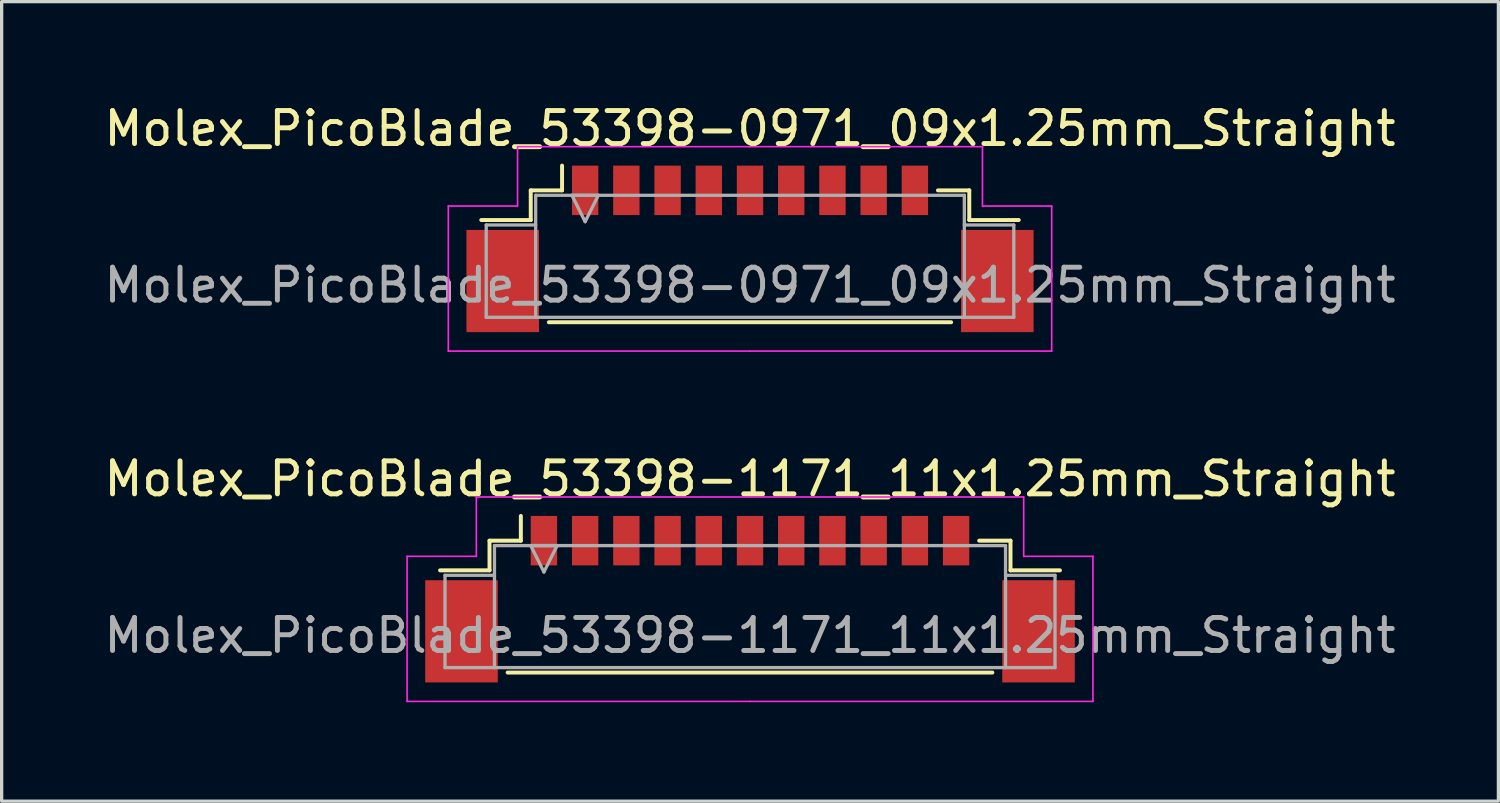
<source format=kicad_pcb>
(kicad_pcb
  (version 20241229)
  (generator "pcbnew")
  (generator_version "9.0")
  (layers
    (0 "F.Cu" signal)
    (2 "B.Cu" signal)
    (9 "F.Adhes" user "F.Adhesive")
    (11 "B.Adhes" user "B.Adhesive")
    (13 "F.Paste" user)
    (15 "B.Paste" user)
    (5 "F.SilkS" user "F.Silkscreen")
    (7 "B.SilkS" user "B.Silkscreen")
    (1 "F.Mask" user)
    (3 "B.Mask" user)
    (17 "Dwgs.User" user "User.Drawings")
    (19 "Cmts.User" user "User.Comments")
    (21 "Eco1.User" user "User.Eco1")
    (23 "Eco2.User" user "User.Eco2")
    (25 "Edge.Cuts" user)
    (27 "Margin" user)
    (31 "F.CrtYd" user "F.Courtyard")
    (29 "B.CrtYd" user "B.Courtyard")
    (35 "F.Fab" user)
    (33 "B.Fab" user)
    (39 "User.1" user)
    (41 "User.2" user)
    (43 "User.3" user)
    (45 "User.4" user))
  (footprint "Molex_PicoBlade_53398-1171_11x1.25mm_Straight"
    (layer "F.Cu")
    (at 19.696 14.722)
    (property "Reference" "Molex_PicoBlade_53398-1171_11x1.25mm_Straight" (at 0 -3.25 0) (layer "F.SilkS") (effects (font (size 1 1) (thickness 0.15))))
    (attr smd)
    (fp_line (start -7.9 -1.375) (end -7.9 -0.475) (stroke (width 0.12) (type solid)) (layer "F.SilkS"))
    (fp_line (start -7.9 -0.475) (end -9.4 -0.475) (stroke (width 0.12) (type solid)) (layer "F.SilkS"))
    (fp_line (start -7.35 2.625) (end 7.35 2.625) (stroke (width 0.12) (type solid)) (layer "F.SilkS"))
    (fp_line (start -6.95 -1.375) (end -7.9 -1.375) (stroke (width 0.12) (type solid)) (layer "F.SilkS"))
    (fp_line (start -6.95 -1.375) (end -6.95 -2.125) (stroke (width 0.12) (type solid)) (layer "F.SilkS"))
    (fp_line (start 6.95 -1.375) (end 7.9 -1.375) (stroke (width 0.12) (type solid)) (layer "F.SilkS"))
    (fp_line (start 7.9 -1.375) (end 7.9 -0.475) (stroke (width 0.12) (type solid)) (layer "F.SilkS"))
    (fp_line (start 7.9 -0.475) (end 9.4 -0.475) (stroke (width 0.12) (type solid)) (layer "F.SilkS"))
    (fp_line (start -10.4 -0.9) (end -10.4 3.5) (stroke (width 0.05) (type solid)) (layer "F.CrtYd"))
    (fp_line (start -10.4 3.5) (end 0 3.5) (stroke (width 0.05) (type solid)) (layer "F.CrtYd"))
    (fp_line (start -8.3 -2.7) (end -8.3 -0.9) (stroke (width 0.05) (type solid)) (layer "F.CrtYd"))
    (fp_line (start -8.3 -0.9) (end -10.4 -0.9) (stroke (width 0.05) (type solid)) (layer "F.CrtYd"))
    (fp_line (start 0 -2.7) (end -8.3 -2.7) (stroke (width 0.05) (type solid)) (layer "F.CrtYd"))
    (fp_line (start 0 -2.7) (end 8.3 -2.7) (stroke (width 0.05) (type solid)) (layer "F.CrtYd"))
    (fp_line (start 8.3 -2.7) (end 8.3 -0.9) (stroke (width 0.05) (type solid)) (layer "F.CrtYd"))
    (fp_line (start 8.3 -0.9) (end 10.4 -0.9) (stroke (width 0.05) (type solid)) (layer "F.CrtYd"))
    (fp_line (start 10.4 -0.9) (end 10.4 3.5) (stroke (width 0.05) (type solid)) (layer "F.CrtYd"))
    (fp_line (start 10.4 3.5) (end 0 3.5) (stroke (width 0.05) (type solid)) (layer "F.CrtYd"))
    (fp_line (start -9.25 -0.325) (end -7.75 -0.325) (stroke (width 0.1) (type solid)) (layer "F.Fab"))
    (fp_line (start -9.25 2.475) (end -9.25 -0.325) (stroke (width 0.1) (type solid)) (layer "F.Fab"))
    (fp_line (start -7.75 -1.225) (end -7.75 2.475) (stroke (width 0.1) (type solid)) (layer "F.Fab"))
    (fp_line (start -7.75 2.475) (end -9.25 2.475) (stroke (width 0.1) (type solid)) (layer "F.Fab"))
    (fp_line (start -7.75 2.475) (end 7.75 2.475) (stroke (width 0.1) (type solid)) (layer "F.Fab"))
    (fp_line (start -6.65 -1.225) (end -6.25 -0.425) (stroke (width 0.1) (type solid)) (layer "F.Fab"))
    (fp_line (start -6.25 -0.425) (end -5.85 -1.225) (stroke (width 0.1) (type solid)) (layer "F.Fab"))
    (fp_line (start -5.85 -1.225) (end -6.65 -1.225) (stroke (width 0.1) (type solid)) (layer "F.Fab"))
    (fp_line (start 7.75 -1.225) (end -7.75 -1.225) (stroke (width 0.1) (type solid)) (layer "F.Fab"))
    (fp_line (start 7.75 2.475) (end 7.75 -1.225) (stroke (width 0.1) (type solid)) (layer "F.Fab"))
    (fp_line (start 7.75 2.475) (end 9.25 2.475) (stroke (width 0.1) (type solid)) (layer "F.Fab"))
    (fp_line (start 9.25 -0.325) (end 7.75 -0.325) (stroke (width 0.1) (type solid)) (layer "F.Fab"))
    (fp_line (start 9.25 2.475) (end 9.25 -0.325) (stroke (width 0.1) (type solid)) (layer "F.Fab"))
    (fp_text user "${REFERENCE}" (at 0 1.5 0) (layer "F.Fab") (effects (font (size 1 1) (thickness 0.15))))
    (pad "" smd rect (at -8.75 1.375) (size 2.2 3.1) (layers "F.Cu" "F.Mask" "F.Paste"))
    (pad "" smd rect (at 8.75 1.375) (size 2.2 3.1) (layers "F.Cu" "F.Mask" "F.Paste"))
    (pad "1" smd rect (at -6.25 -1.375) (size 0.8 1.5) (layers "F.Cu" "F.Mask" "F.Paste"))
    (pad "2" smd rect (at -5 -1.375) (size 0.8 1.5) (layers "F.Cu" "F.Mask" "F.Paste"))
    (pad "3" smd rect (at -3.75 -1.375) (size 0.8 1.5) (layers "F.Cu" "F.Mask" "F.Paste"))
    (pad "4" smd rect (at -2.5 -1.375) (size 0.8 1.5) (layers "F.Cu" "F.Mask" "F.Paste"))
    (pad "5" smd rect (at -1.25 -1.375) (size 0.8 1.5) (layers "F.Cu" "F.Mask" "F.Paste"))
    (pad "6" smd rect (at 0 -1.375) (size 0.8 1.5) (layers "F.Cu" "F.Mask" "F.Paste"))
    (pad "7" smd rect (at 1.25 -1.375) (size 0.8 1.5) (layers "F.Cu" "F.Mask" "F.Paste"))
    (pad "8" smd rect (at 2.5 -1.375) (size 0.8 1.5) (layers "F.Cu" "F.Mask" "F.Paste"))
    (pad "9" smd rect (at 3.75 -1.375) (size 0.8 1.5) (layers "F.Cu" "F.Mask" "F.Paste"))
    (pad "10" smd rect (at 5 -1.375) (size 0.8 1.5) (layers "F.Cu" "F.Mask" "F.Paste"))
    (pad "11" smd rect (at 6.25 -1.375) (size 0.8 1.5) (layers "F.Cu" "F.Mask" "F.Paste")))
  (footprint "Molex_PicoBlade_53398-0971_09x1.25mm_Straight"
    (layer "F.Cu")
    (at 19.696 4.098)
    (property "Reference" "Molex_PicoBlade_53398-0971_09x1.25mm_Straight" (at 0 -3.25 0) (layer "F.SilkS") (effects (font (size 1 1) (thickness 0.15))))
    (attr smd)
    (fp_line (start -6.65 -1.375) (end -6.65 -0.475) (stroke (width 0.12) (type solid)) (layer "F.SilkS"))
    (fp_line (start -6.65 -0.475) (end -8.15 -0.475) (stroke (width 0.12) (type solid)) (layer "F.SilkS"))
    (fp_line (start -6.1 2.625) (end 6.1 2.625) (stroke (width 0.12) (type solid)) (layer "F.SilkS"))
    (fp_line (start -5.7 -1.375) (end -6.65 -1.375) (stroke (width 0.12) (type solid)) (layer "F.SilkS"))
    (fp_line (start -5.7 -1.375) (end -5.7 -2.125) (stroke (width 0.12) (type solid)) (layer "F.SilkS"))
    (fp_line (start 5.7 -1.375) (end 6.65 -1.375) (stroke (width 0.12) (type solid)) (layer "F.SilkS"))
    (fp_line (start 6.65 -1.375) (end 6.65 -0.475) (stroke (width 0.12) (type solid)) (layer "F.SilkS"))
    (fp_line (start 6.65 -0.475) (end 8.15 -0.475) (stroke (width 0.12) (type solid)) (layer "F.SilkS"))
    (fp_line (start -9.15 -0.9) (end -9.15 3.5) (stroke (width 0.05) (type solid)) (layer "F.CrtYd"))
    (fp_line (start -9.15 3.5) (end 0 3.5) (stroke (width 0.05) (type solid)) (layer "F.CrtYd"))
    (fp_line (start -7.05 -2.7) (end -7.05 -0.9) (stroke (width 0.05) (type solid)) (layer "F.CrtYd"))
    (fp_line (start -7.05 -0.9) (end -9.15 -0.9) (stroke (width 0.05) (type solid)) (layer "F.CrtYd"))
    (fp_line (start 0 -2.7) (end -7.05 -2.7) (stroke (width 0.05) (type solid)) (layer "F.CrtYd"))
    (fp_line (start 0 -2.7) (end 7.05 -2.7) (stroke (width 0.05) (type solid)) (layer "F.CrtYd"))
    (fp_line (start 7.05 -2.7) (end 7.05 -0.9) (stroke (width 0.05) (type solid)) (layer "F.CrtYd"))
    (fp_line (start 7.05 -0.9) (end 9.15 -0.9) (stroke (width 0.05) (type solid)) (layer "F.CrtYd"))
    (fp_line (start 9.15 -0.9) (end 9.15 3.5) (stroke (width 0.05) (type solid)) (layer "F.CrtYd"))
    (fp_line (start 9.15 3.5) (end 0 3.5) (stroke (width 0.05) (type solid)) (layer "F.CrtYd"))
    (fp_line (start -8 -0.325) (end -6.5 -0.325) (stroke (width 0.1) (type solid)) (layer "F.Fab"))
    (fp_line (start -8 2.475) (end -8 -0.325) (stroke (width 0.1) (type solid)) (layer "F.Fab"))
    (fp_line (start -6.5 -1.225) (end -6.5 2.475) (stroke (width 0.1) (type solid)) (layer "F.Fab"))
    (fp_line (start -6.5 2.475) (end -8 2.475) (stroke (width 0.1) (type solid)) (layer "F.Fab"))
    (fp_line (start -6.5 2.475) (end 6.5 2.475) (stroke (width 0.1) (type solid)) (layer "F.Fab"))
    (fp_line (start -5.4 -1.225) (end -5 -0.425) (stroke (width 0.1) (type solid)) (layer "F.Fab"))
    (fp_line (start -5 -0.425) (end -4.6 -1.225) (stroke (width 0.1) (type solid)) (layer "F.Fab"))
    (fp_line (start -4.6 -1.225) (end -5.4 -1.225) (stroke (width 0.1) (type solid)) (layer "F.Fab"))
    (fp_line (start 6.5 -1.225) (end -6.5 -1.225) (stroke (width 0.1) (type solid)) (layer "F.Fab"))
    (fp_line (start 6.5 2.475) (end 6.5 -1.225) (stroke (width 0.1) (type solid)) (layer "F.Fab"))
    (fp_line (start 6.5 2.475) (end 8 2.475) (stroke (width 0.1) (type solid)) (layer "F.Fab"))
    (fp_line (start 8 -0.325) (end 6.5 -0.325) (stroke (width 0.1) (type solid)) (layer "F.Fab"))
    (fp_line (start 8 2.475) (end 8 -0.325) (stroke (width 0.1) (type solid)) (layer "F.Fab"))
    (fp_text user "${REFERENCE}" (at 0 1.5 0) (layer "F.Fab") (effects (font (size 1 1) (thickness 0.15))))
    (pad "" smd rect (at -7.5 1.375) (size 2.2 3.1) (layers "F.Cu" "F.Mask" "F.Paste"))
    (pad "" smd rect (at 7.5 1.375) (size 2.2 3.1) (layers "F.Cu" "F.Mask" "F.Paste"))
    (pad "1" smd rect (at -5 -1.375) (size 0.8 1.5) (layers "F.Cu" "F.Mask" "F.Paste"))
    (pad "2" smd rect (at -3.75 -1.375) (size 0.8 1.5) (layers "F.Cu" "F.Mask" "F.Paste"))
    (pad "3" smd rect (at -2.5 -1.375) (size 0.8 1.5) (layers "F.Cu" "F.Mask" "F.Paste"))
    (pad "4" smd rect (at -1.25 -1.375) (size 0.8 1.5) (layers "F.Cu" "F.Mask" "F.Paste"))
    (pad "5" smd rect (at 0 -1.375) (size 0.8 1.5) (layers "F.Cu" "F.Mask" "F.Paste"))
    (pad "6" smd rect (at 1.25 -1.375) (size 0.8 1.5) (layers "F.Cu" "F.Mask" "F.Paste"))
    (pad "7" smd rect (at 2.5 -1.375) (size 0.8 1.5) (layers "F.Cu" "F.Mask" "F.Paste"))
    (pad "8" smd rect (at 3.75 -1.375) (size 0.8 1.5) (layers "F.Cu" "F.Mask" "F.Paste"))
    (pad "9" smd rect (at 5 -1.375) (size 0.8 1.5) (layers "F.Cu" "F.Mask" "F.Paste")))
  (gr_rect
    (start -3 -3)
    (end 42.393 21.247)
    (stroke (width 0.1) (type default))
    (fill no)
    (layer "Edge.Cuts")))
</source>
